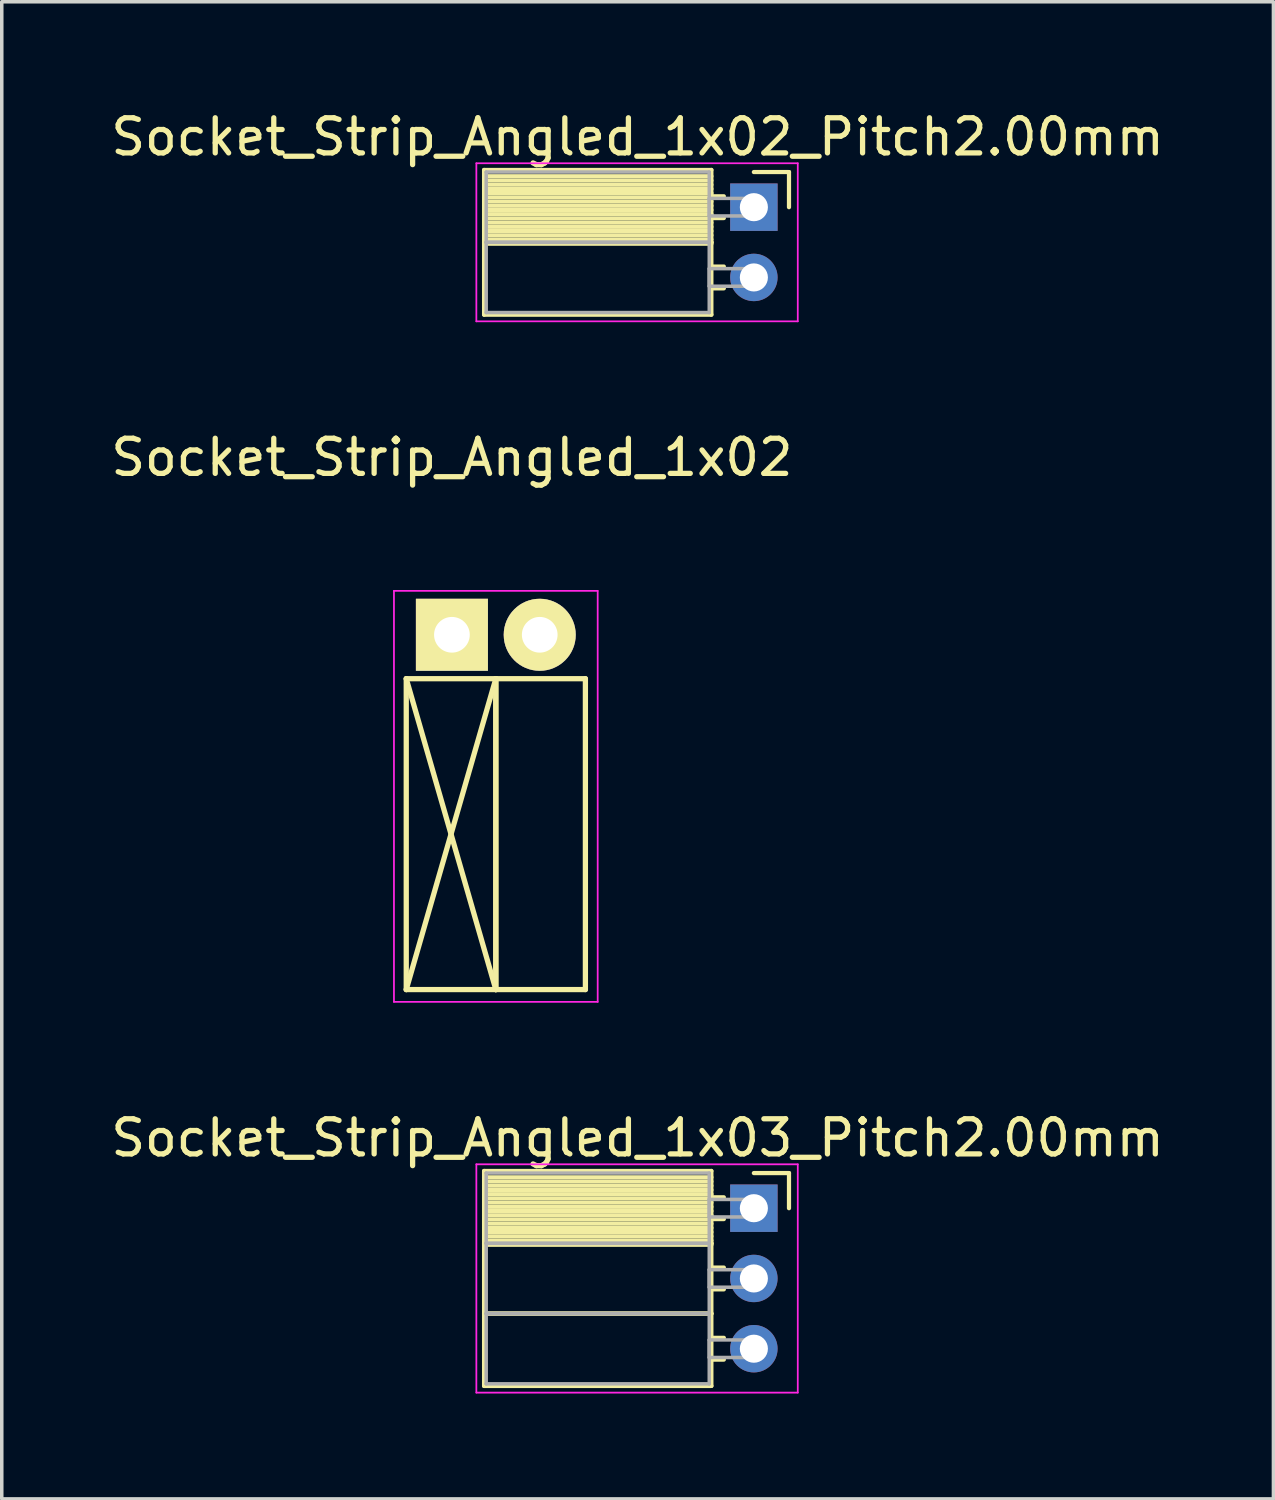
<source format=kicad_pcb>
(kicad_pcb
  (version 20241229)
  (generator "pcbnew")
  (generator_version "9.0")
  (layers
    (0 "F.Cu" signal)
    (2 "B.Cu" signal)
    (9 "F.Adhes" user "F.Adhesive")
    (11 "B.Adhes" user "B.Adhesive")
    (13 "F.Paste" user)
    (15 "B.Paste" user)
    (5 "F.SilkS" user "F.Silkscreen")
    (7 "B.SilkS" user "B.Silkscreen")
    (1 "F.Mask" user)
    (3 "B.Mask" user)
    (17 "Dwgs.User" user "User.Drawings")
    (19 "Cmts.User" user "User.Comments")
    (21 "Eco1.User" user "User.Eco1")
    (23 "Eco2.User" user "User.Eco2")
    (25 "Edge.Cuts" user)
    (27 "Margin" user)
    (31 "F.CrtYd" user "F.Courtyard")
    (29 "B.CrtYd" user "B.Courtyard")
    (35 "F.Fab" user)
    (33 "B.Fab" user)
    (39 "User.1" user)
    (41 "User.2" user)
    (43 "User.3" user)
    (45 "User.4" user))
  (footprint "Socket_Strip_Angled_1x02_Pitch2.00mm"
    (layer "F.Cu")
    (at 18.411 2.848)
    (property "Reference" "Socket_Strip_Angled_1x02_Pitch2.00mm" (at -3.31 -2 0) (layer "F.SilkS") (effects (font (size 1 1) (thickness 0.15))))
    (attr through_hole)
    (fp_line (start -7.68 -1.06) (end -1.21 -1.06) (stroke (width 0.12) (type solid)) (layer "F.SilkS"))
    (fp_line (start -7.68 1) (end -7.68 -1.06) (stroke (width 0.12) (type solid)) (layer "F.SilkS"))
    (fp_line (start -7.68 1) (end -1.21 1) (stroke (width 0.12) (type solid)) (layer "F.SilkS"))
    (fp_line (start -7.68 3.06) (end -7.68 1) (stroke (width 0.12) (type solid)) (layer "F.SilkS"))
    (fp_line (start -1.21 -1.06) (end -1.21 1) (stroke (width 0.12) (type solid)) (layer "F.SilkS"))
    (fp_line (start -1.21 -0.88) (end -7.68 -0.88) (stroke (width 0.12) (type solid)) (layer "F.SilkS"))
    (fp_line (start -1.21 -0.76) (end -7.68 -0.76) (stroke (width 0.12) (type solid)) (layer "F.SilkS"))
    (fp_line (start -1.21 -0.64) (end -7.68 -0.64) (stroke (width 0.12) (type solid)) (layer "F.SilkS"))
    (fp_line (start -1.21 -0.52) (end -7.68 -0.52) (stroke (width 0.12) (type solid)) (layer "F.SilkS"))
    (fp_line (start -1.21 -0.4) (end -7.68 -0.4) (stroke (width 0.12) (type solid)) (layer "F.SilkS"))
    (fp_line (start -1.21 -0.28) (end -7.68 -0.28) (stroke (width 0.12) (type solid)) (layer "F.SilkS"))
    (fp_line (start -1.21 -0.16) (end -7.68 -0.16) (stroke (width 0.12) (type solid)) (layer "F.SilkS"))
    (fp_line (start -1.21 -0.04) (end -7.68 -0.04) (stroke (width 0.12) (type solid)) (layer "F.SilkS"))
    (fp_line (start -1.21 0.08) (end -7.68 0.08) (stroke (width 0.12) (type solid)) (layer "F.SilkS"))
    (fp_line (start -1.21 0.2) (end -7.68 0.2) (stroke (width 0.12) (type solid)) (layer "F.SilkS"))
    (fp_line (start -1.21 0.32) (end -7.68 0.32) (stroke (width 0.12) (type solid)) (layer "F.SilkS"))
    (fp_line (start -1.21 0.44) (end -7.68 0.44) (stroke (width 0.12) (type solid)) (layer "F.SilkS"))
    (fp_line (start -1.21 0.56) (end -7.68 0.56) (stroke (width 0.12) (type solid)) (layer "F.SilkS"))
    (fp_line (start -1.21 0.68) (end -7.68 0.68) (stroke (width 0.12) (type solid)) (layer "F.SilkS"))
    (fp_line (start -1.21 0.8) (end -7.68 0.8) (stroke (width 0.12) (type solid)) (layer "F.SilkS"))
    (fp_line (start -1.21 0.92) (end -7.68 0.92) (stroke (width 0.12) (type solid)) (layer "F.SilkS"))
    (fp_line (start -1.21 1) (end -7.68 1) (stroke (width 0.12) (type solid)) (layer "F.SilkS"))
    (fp_line (start -1.21 1) (end -1.21 3.06) (stroke (width 0.12) (type solid)) (layer "F.SilkS"))
    (fp_line (start -1.21 1.04) (end -7.68 1.04) (stroke (width 0.12) (type solid)) (layer "F.SilkS"))
    (fp_line (start -1.21 3.06) (end -7.68 3.06) (stroke (width 0.12) (type solid)) (layer "F.SilkS"))
    (fp_line (start -0.855 -0.31) (end -1.21 -0.31) (stroke (width 0.12) (type solid)) (layer "F.SilkS"))
    (fp_line (start -0.855 0.31) (end -1.21 0.31) (stroke (width 0.12) (type solid)) (layer "F.SilkS"))
    (fp_line (start -0.855 1.69) (end -1.21 1.69) (stroke (width 0.12) (type solid)) (layer "F.SilkS"))
    (fp_line (start -0.855 2.31) (end -1.21 2.31) (stroke (width 0.12) (type solid)) (layer "F.SilkS"))
    (fp_line (start 0 -1) (end 1 -1) (stroke (width 0.12) (type solid)) (layer "F.SilkS"))
    (fp_line (start 1 -1) (end 1 0) (stroke (width 0.12) (type solid)) (layer "F.SilkS"))
    (fp_line (start -7.9 -1.25) (end 1.25 -1.25) (stroke (width 0.05) (type solid)) (layer "F.CrtYd"))
    (fp_line (start -7.9 3.25) (end -7.9 -1.25) (stroke (width 0.05) (type solid)) (layer "F.CrtYd"))
    (fp_line (start 1.25 -1.25) (end 1.25 3.25) (stroke (width 0.05) (type solid)) (layer "F.CrtYd"))
    (fp_line (start 1.25 3.25) (end -7.9 3.25) (stroke (width 0.05) (type solid)) (layer "F.CrtYd"))
    (fp_line (start -7.62 -1) (end -1.27 -1) (stroke (width 0.1) (type solid)) (layer "F.Fab"))
    (fp_line (start -7.62 1) (end -7.62 -1) (stroke (width 0.1) (type solid)) (layer "F.Fab"))
    (fp_line (start -7.62 1) (end -1.27 1) (stroke (width 0.1) (type solid)) (layer "F.Fab"))
    (fp_line (start -7.62 3) (end -7.62 1) (stroke (width 0.1) (type solid)) (layer "F.Fab"))
    (fp_line (start -1.27 -1) (end -1.27 1) (stroke (width 0.1) (type solid)) (layer "F.Fab"))
    (fp_line (start -1.27 -0.25) (end 0 -0.25) (stroke (width 0.1) (type solid)) (layer "F.Fab"))
    (fp_line (start -1.27 0.25) (end -1.27 -0.25) (stroke (width 0.1) (type solid)) (layer "F.Fab"))
    (fp_line (start -1.27 1) (end -7.62 1) (stroke (width 0.1) (type solid)) (layer "F.Fab"))
    (fp_line (start -1.27 1) (end -1.27 3) (stroke (width 0.1) (type solid)) (layer "F.Fab"))
    (fp_line (start -1.27 1.75) (end 0 1.75) (stroke (width 0.1) (type solid)) (layer "F.Fab"))
    (fp_line (start -1.27 2.25) (end -1.27 1.75) (stroke (width 0.1) (type solid)) (layer "F.Fab"))
    (fp_line (start -1.27 3) (end -7.62 3) (stroke (width 0.1) (type solid)) (layer "F.Fab"))
    (fp_line (start 0 -0.25) (end 0 0.25) (stroke (width 0.1) (type solid)) (layer "F.Fab"))
    (fp_line (start 0 0.25) (end -1.27 0.25) (stroke (width 0.1) (type solid)) (layer "F.Fab"))
    (fp_line (start 0 1.75) (end 0 2.25) (stroke (width 0.1) (type solid)) (layer "F.Fab"))
    (fp_line (start 0 2.25) (end -1.27 2.25) (stroke (width 0.1) (type solid)) (layer "F.Fab"))
    (pad "1" thru_hole rect (at 0 0) (size 1.35 1.35) (drill 0.8) (layers "*.Cu" "*.Mask"))
    (pad "2" thru_hole oval (at 0 2) (size 1.35 1.35) (drill 0.8) (layers "*.Cu" "*.Mask")))
  (footprint "Socket_Strip_Angled_1x02"
    (layer "F.Cu")
    (at 9.815 15.021)
    (property "Reference" "Socket_Strip_Angled_1x02" (at 0 -5.05 0) (layer "F.SilkS") (effects (font (size 1 1) (thickness 0.15))))
    (attr through_hole)
    (fp_line (start -1.3 1.25) (end -1.3 10.1) (stroke (width 0.15) (type solid)) (layer "F.SilkS"))
    (fp_line (start -1.3 1.25) (end 1.25 1.25) (stroke (width 0.15) (type solid)) (layer "F.SilkS"))
    (fp_line (start -1.3 1.25) (end 1.25 10.1) (stroke (width 0.15) (type solid)) (layer "F.SilkS"))
    (fp_line (start -1.3 10.1) (end 1.25 1.25) (stroke (width 0.15) (type solid)) (layer "F.SilkS"))
    (fp_line (start -1.3 10.1) (end 1.25 10.1) (stroke (width 0.15) (type solid)) (layer "F.SilkS"))
    (fp_line (start 1.25 1.25) (end 1.25 10.1) (stroke (width 0.15) (type solid)) (layer "F.SilkS"))
    (fp_line (start 1.25 1.25) (end 3.8 1.25) (stroke (width 0.15) (type solid)) (layer "F.SilkS"))
    (fp_line (start 1.25 10.1) (end 1.25 1.25) (stroke (width 0.15) (type solid)) (layer "F.SilkS"))
    (fp_line (start 1.25 10.1) (end 3.8 10.1) (stroke (width 0.15) (type solid)) (layer "F.SilkS"))
    (fp_line (start 3.8 10.1) (end 3.8 1.25) (stroke (width 0.15) (type solid)) (layer "F.SilkS"))
    (fp_line (start -1.65 -1.25) (end -1.65 10.45) (stroke (width 0.05) (type solid)) (layer "F.CrtYd"))
    (fp_line (start -1.65 -1.25) (end 4.15 -1.25) (stroke (width 0.05) (type solid)) (layer "F.CrtYd"))
    (fp_line (start -1.65 10.45) (end 4.15 10.45) (stroke (width 0.05) (type solid)) (layer "F.CrtYd"))
    (fp_line (start 4.15 -1.25) (end 4.15 10.45) (stroke (width 0.05) (type solid)) (layer "F.CrtYd"))
    (pad "1" thru_hole rect (at 0 0) (size 2.05 2.05) (drill 1.016) (layers "*.Cu" "*.Mask" "F.SilkS"))
    (pad "2" thru_hole oval (at 2.5 0) (size 2.05 2.05) (drill 1.016) (layers "*.Cu" "*.Mask" "F.SilkS")))
  (footprint "Socket_Strip_Angled_1x03_Pitch2.00mm"
    (layer "F.Cu")
    (at 18.411 31.345)
    (property "Reference" "Socket_Strip_Angled_1x03_Pitch2.00mm" (at -3.31 -2 0) (layer "F.SilkS") (effects (font (size 1 1) (thickness 0.15))))
    (attr through_hole)
    (fp_line (start -7.68 -1.06) (end -1.21 -1.06) (stroke (width 0.12) (type solid)) (layer "F.SilkS"))
    (fp_line (start -7.68 1) (end -7.68 -1.06) (stroke (width 0.12) (type solid)) (layer "F.SilkS"))
    (fp_line (start -7.68 1) (end -1.21 1) (stroke (width 0.12) (type solid)) (layer "F.SilkS"))
    (fp_line (start -7.68 3) (end -7.68 1) (stroke (width 0.12) (type solid)) (layer "F.SilkS"))
    (fp_line (start -7.68 3) (end -1.21 3) (stroke (width 0.12) (type solid)) (layer "F.SilkS"))
    (fp_line (start -7.68 5.06) (end -7.68 3) (stroke (width 0.12) (type solid)) (layer "F.SilkS"))
    (fp_line (start -1.21 -1.06) (end -1.21 1) (stroke (width 0.12) (type solid)) (layer "F.SilkS"))
    (fp_line (start -1.21 -0.88) (end -7.68 -0.88) (stroke (width 0.12) (type solid)) (layer "F.SilkS"))
    (fp_line (start -1.21 -0.76) (end -7.68 -0.76) (stroke (width 0.12) (type solid)) (layer "F.SilkS"))
    (fp_line (start -1.21 -0.64) (end -7.68 -0.64) (stroke (width 0.12) (type solid)) (layer "F.SilkS"))
    (fp_line (start -1.21 -0.52) (end -7.68 -0.52) (stroke (width 0.12) (type solid)) (layer "F.SilkS"))
    (fp_line (start -1.21 -0.4) (end -7.68 -0.4) (stroke (width 0.12) (type solid)) (layer "F.SilkS"))
    (fp_line (start -1.21 -0.28) (end -7.68 -0.28) (stroke (width 0.12) (type solid)) (layer "F.SilkS"))
    (fp_line (start -1.21 -0.16) (end -7.68 -0.16) (stroke (width 0.12) (type solid)) (layer "F.SilkS"))
    (fp_line (start -1.21 -0.04) (end -7.68 -0.04) (stroke (width 0.12) (type solid)) (layer "F.SilkS"))
    (fp_line (start -1.21 0.08) (end -7.68 0.08) (stroke (width 0.12) (type solid)) (layer "F.SilkS"))
    (fp_line (start -1.21 0.2) (end -7.68 0.2) (stroke (width 0.12) (type solid)) (layer "F.SilkS"))
    (fp_line (start -1.21 0.32) (end -7.68 0.32) (stroke (width 0.12) (type solid)) (layer "F.SilkS"))
    (fp_line (start -1.21 0.44) (end -7.68 0.44) (stroke (width 0.12) (type solid)) (layer "F.SilkS"))
    (fp_line (start -1.21 0.56) (end -7.68 0.56) (stroke (width 0.12) (type solid)) (layer "F.SilkS"))
    (fp_line (start -1.21 0.68) (end -7.68 0.68) (stroke (width 0.12) (type solid)) (layer "F.SilkS"))
    (fp_line (start -1.21 0.8) (end -7.68 0.8) (stroke (width 0.12) (type solid)) (layer "F.SilkS"))
    (fp_line (start -1.21 0.92) (end -7.68 0.92) (stroke (width 0.12) (type solid)) (layer "F.SilkS"))
    (fp_line (start -1.21 1) (end -7.68 1) (stroke (width 0.12) (type solid)) (layer "F.SilkS"))
    (fp_line (start -1.21 1) (end -1.21 3) (stroke (width 0.12) (type solid)) (layer "F.SilkS"))
    (fp_line (start -1.21 1.04) (end -7.68 1.04) (stroke (width 0.12) (type solid)) (layer "F.SilkS"))
    (fp_line (start -1.21 3) (end -7.68 3) (stroke (width 0.12) (type solid)) (layer "F.SilkS"))
    (fp_line (start -1.21 3) (end -1.21 5.06) (stroke (width 0.12) (type solid)) (layer "F.SilkS"))
    (fp_line (start -1.21 5.06) (end -7.68 5.06) (stroke (width 0.12) (type solid)) (layer "F.SilkS"))
    (fp_line (start -0.855 -0.31) (end -1.21 -0.31) (stroke (width 0.12) (type solid)) (layer "F.SilkS"))
    (fp_line (start -0.855 0.31) (end -1.21 0.31) (stroke (width 0.12) (type solid)) (layer "F.SilkS"))
    (fp_line (start -0.855 1.69) (end -1.21 1.69) (stroke (width 0.12) (type solid)) (layer "F.SilkS"))
    (fp_line (start -0.855 2.31) (end -1.21 2.31) (stroke (width 0.12) (type solid)) (layer "F.SilkS"))
    (fp_line (start -0.855 3.69) (end -1.21 3.69) (stroke (width 0.12) (type solid)) (layer "F.SilkS"))
    (fp_line (start -0.855 4.31) (end -1.21 4.31) (stroke (width 0.12) (type solid)) (layer "F.SilkS"))
    (fp_line (start 0 -1) (end 1 -1) (stroke (width 0.12) (type solid)) (layer "F.SilkS"))
    (fp_line (start 1 -1) (end 1 0) (stroke (width 0.12) (type solid)) (layer "F.SilkS"))
    (fp_line (start -7.9 -1.25) (end 1.25 -1.25) (stroke (width 0.05) (type solid)) (layer "F.CrtYd"))
    (fp_line (start -7.9 5.25) (end -7.9 -1.25) (stroke (width 0.05) (type solid)) (layer "F.CrtYd"))
    (fp_line (start 1.25 -1.25) (end 1.25 5.25) (stroke (width 0.05) (type solid)) (layer "F.CrtYd"))
    (fp_line (start 1.25 5.25) (end -7.9 5.25) (stroke (width 0.05) (type solid)) (layer "F.CrtYd"))
    (fp_line (start -7.62 -1) (end -1.27 -1) (stroke (width 0.1) (type solid)) (layer "F.Fab"))
    (fp_line (start -7.62 1) (end -7.62 -1) (stroke (width 0.1) (type solid)) (layer "F.Fab"))
    (fp_line (start -7.62 1) (end -1.27 1) (stroke (width 0.1) (type solid)) (layer "F.Fab"))
    (fp_line (start -7.62 3) (end -7.62 1) (stroke (width 0.1) (type solid)) (layer "F.Fab"))
    (fp_line (start -7.62 3) (end -1.27 3) (stroke (width 0.1) (type solid)) (layer "F.Fab"))
    (fp_line (start -7.62 5) (end -7.62 3) (stroke (width 0.1) (type solid)) (layer "F.Fab"))
    (fp_line (start -1.27 -1) (end -1.27 1) (stroke (width 0.1) (type solid)) (layer "F.Fab"))
    (fp_line (start -1.27 -0.25) (end 0 -0.25) (stroke (width 0.1) (type solid)) (layer "F.Fab"))
    (fp_line (start -1.27 0.25) (end -1.27 -0.25) (stroke (width 0.1) (type solid)) (layer "F.Fab"))
    (fp_line (start -1.27 1) (end -7.62 1) (stroke (width 0.1) (type solid)) (layer "F.Fab"))
    (fp_line (start -1.27 1) (end -1.27 3) (stroke (width 0.1) (type solid)) (layer "F.Fab"))
    (fp_line (start -1.27 1.75) (end 0 1.75) (stroke (width 0.1) (type solid)) (layer "F.Fab"))
    (fp_line (start -1.27 2.25) (end -1.27 1.75) (stroke (width 0.1) (type solid)) (layer "F.Fab"))
    (fp_line (start -1.27 3) (end -7.62 3) (stroke (width 0.1) (type solid)) (layer "F.Fab"))
    (fp_line (start -1.27 3) (end -1.27 5) (stroke (width 0.1) (type solid)) (layer "F.Fab"))
    (fp_line (start -1.27 3.75) (end 0 3.75) (stroke (width 0.1) (type solid)) (layer "F.Fab"))
    (fp_line (start -1.27 4.25) (end -1.27 3.75) (stroke (width 0.1) (type solid)) (layer "F.Fab"))
    (fp_line (start -1.27 5) (end -7.62 5) (stroke (width 0.1) (type solid)) (layer "F.Fab"))
    (fp_line (start 0 -0.25) (end 0 0.25) (stroke (width 0.1) (type solid)) (layer "F.Fab"))
    (fp_line (start 0 0.25) (end -1.27 0.25) (stroke (width 0.1) (type solid)) (layer "F.Fab"))
    (fp_line (start 0 1.75) (end 0 2.25) (stroke (width 0.1) (type solid)) (layer "F.Fab"))
    (fp_line (start 0 2.25) (end -1.27 2.25) (stroke (width 0.1) (type solid)) (layer "F.Fab"))
    (fp_line (start 0 3.75) (end 0 4.25) (stroke (width 0.1) (type solid)) (layer "F.Fab"))
    (fp_line (start 0 4.25) (end -1.27 4.25) (stroke (width 0.1) (type solid)) (layer "F.Fab"))
    (pad "1" thru_hole rect (at 0 0) (size 1.35 1.35) (drill 0.8) (layers "*.Cu" "*.Mask"))
    (pad "2" thru_hole oval (at 0 2) (size 1.35 1.35) (drill 0.8) (layers "*.Cu" "*.Mask"))
    (pad "3" thru_hole oval (at 0 4) (size 1.35 1.35) (drill 0.8) (layers "*.Cu" "*.Mask")))
  (gr_rect
    (start -3 -3)
    (end 33.202 39.62)
    (stroke (width 0.1) (type default))
    (fill no)
    (layer "Edge.Cuts")))
</source>
